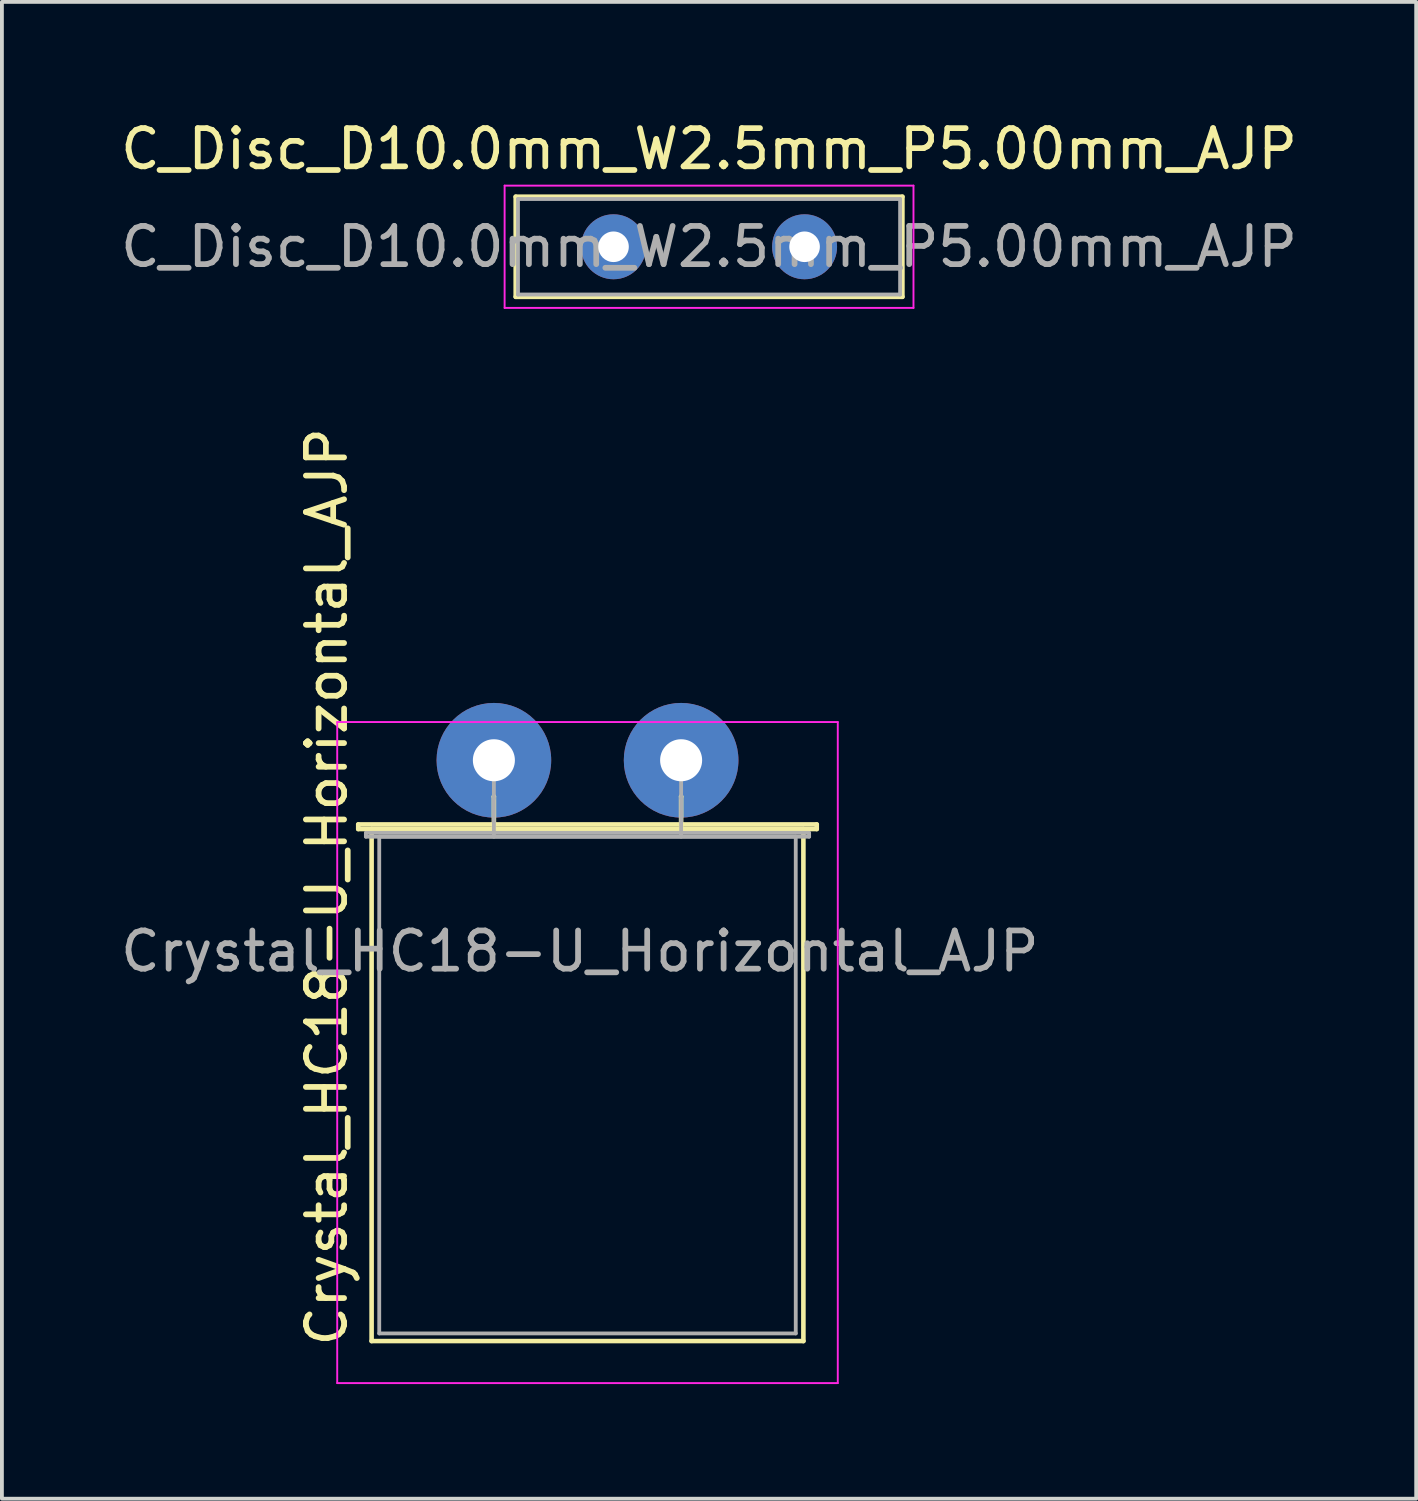
<source format=kicad_pcb>
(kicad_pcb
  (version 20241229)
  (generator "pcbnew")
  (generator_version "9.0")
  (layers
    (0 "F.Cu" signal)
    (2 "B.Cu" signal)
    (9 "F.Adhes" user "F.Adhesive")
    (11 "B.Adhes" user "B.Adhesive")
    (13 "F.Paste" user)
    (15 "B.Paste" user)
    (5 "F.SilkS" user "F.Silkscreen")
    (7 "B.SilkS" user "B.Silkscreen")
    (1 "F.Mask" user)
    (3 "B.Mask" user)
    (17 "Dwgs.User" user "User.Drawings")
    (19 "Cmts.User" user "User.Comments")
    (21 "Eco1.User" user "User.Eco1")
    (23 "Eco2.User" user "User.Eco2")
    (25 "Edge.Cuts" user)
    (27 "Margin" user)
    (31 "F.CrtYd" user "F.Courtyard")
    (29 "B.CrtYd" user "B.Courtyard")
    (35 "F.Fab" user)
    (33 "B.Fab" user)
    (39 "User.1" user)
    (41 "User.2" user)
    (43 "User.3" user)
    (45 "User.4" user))
  (footprint "Crystal_HC18-U_Horizontal_AJP"
    (layer "F.Cu")
    (at 9.875 16.846)
    (property "Reference" "Crystal_HC18-U_Horizontal_AJP" (at -4.375 3.312 90) (layer "F.SilkS") (effects (font (size 1 1) (thickness 0.15))))
    (attr through_hole)
    (fp_line (start -3.55 1.68) (end 8.45 1.68) (stroke (width 0.12) (type solid)) (layer "F.SilkS"))
    (fp_line (start -3.55 1.8) (end -3.55 1.68) (stroke (width 0.12) (type solid)) (layer "F.SilkS"))
    (fp_line (start -3.2 1.8) (end -3.2 15.2) (stroke (width 0.12) (type solid)) (layer "F.SilkS"))
    (fp_line (start -3.2 15.2) (end 8.1 15.2) (stroke (width 0.12) (type solid)) (layer "F.SilkS"))
    (fp_line (start 0 0.95) (end 0 0.95) (stroke (width 0.12) (type solid)) (layer "F.SilkS"))
    (fp_line (start 0 1.8) (end 0 0.95) (stroke (width 0.12) (type solid)) (layer "F.SilkS"))
    (fp_line (start 4.9 0.95) (end 4.9 0.95) (stroke (width 0.12) (type solid)) (layer "F.SilkS"))
    (fp_line (start 4.9 1.8) (end 4.9 0.95) (stroke (width 0.12) (type solid)) (layer "F.SilkS"))
    (fp_line (start 8.1 1.8) (end -3.2 1.8) (stroke (width 0.12) (type solid)) (layer "F.SilkS"))
    (fp_line (start 8.1 15.2) (end 8.1 1.8) (stroke (width 0.12) (type solid)) (layer "F.SilkS"))
    (fp_line (start 8.45 1.68) (end 8.45 1.8) (stroke (width 0.12) (type solid)) (layer "F.SilkS"))
    (fp_line (start 8.45 1.8) (end -3.55 1.8) (stroke (width 0.12) (type solid)) (layer "F.SilkS"))
    (fp_line (start -4.1 -1) (end -4.1 16.3) (stroke (width 0.05) (type solid)) (layer "F.CrtYd"))
    (fp_line (start -4.1 16.3) (end 9 16.3) (stroke (width 0.05) (type solid)) (layer "F.CrtYd"))
    (fp_line (start 9 -1) (end -4.1 -1) (stroke (width 0.05) (type solid)) (layer "F.CrtYd"))
    (fp_line (start 9 16.3) (end 9 -1) (stroke (width 0.05) (type solid)) (layer "F.CrtYd"))
    (fp_line (start -3.35 1.9) (end 8.25 1.9) (stroke (width 0.1) (type solid)) (layer "F.Fab"))
    (fp_line (start -3.35 2) (end -3.35 1.9) (stroke (width 0.1) (type solid)) (layer "F.Fab"))
    (fp_line (start -3 2) (end -3 15) (stroke (width 0.1) (type solid)) (layer "F.Fab"))
    (fp_line (start -3 15) (end 7.9 15) (stroke (width 0.1) (type solid)) (layer "F.Fab"))
    (fp_line (start 0 1) (end 0 0) (stroke (width 0.1) (type solid)) (layer "F.Fab"))
    (fp_line (start 0 2) (end 0 1) (stroke (width 0.1) (type solid)) (layer "F.Fab"))
    (fp_line (start 4.9 1) (end 4.9 0) (stroke (width 0.1) (type solid)) (layer "F.Fab"))
    (fp_line (start 4.9 2) (end 4.9 1) (stroke (width 0.1) (type solid)) (layer "F.Fab"))
    (fp_line (start 7.9 2) (end -3 2) (stroke (width 0.1) (type solid)) (layer "F.Fab"))
    (fp_line (start 7.9 15) (end 7.9 2) (stroke (width 0.1) (type solid)) (layer "F.Fab"))
    (fp_line (start 8.25 1.9) (end 8.25 2) (stroke (width 0.1) (type solid)) (layer "F.Fab"))
    (fp_line (start 8.25 2) (end -3.35 2) (stroke (width 0.1) (type solid)) (layer "F.Fab"))
    (fp_text user "${REFERENCE}" (at 2.25 5 0) (layer "F.Fab") (effects (font (size 1 1) (thickness 0.15))))
    (pad "1" thru_hole circle (at 0 0) (size 3 3) (drill 1.1) (layers "*.Cu" "*.Mask"))
    (pad "2" thru_hole circle (at 4.9 0) (size 3 3) (drill 1.1) (layers "*.Cu" "*.Mask")))
  (footprint "C_Disc_D10.0mm_W2.5mm_P5.00mm_AJP"
    (layer "F.Cu")
    (at 13.006 3.408)
    (property "Reference" "C_Disc_D10.0mm_W2.5mm_P5.00mm_AJP" (at 2.5 -2.56 0) (layer "F.SilkS") (effects (font (size 1 1) (thickness 0.15))))
    (attr through_hole)
    (fp_line (start -2.56 -1.31) (end -2.56 1.31) (stroke (width 0.12) (type solid)) (layer "F.SilkS"))
    (fp_line (start -2.56 -1.31) (end 7.56 -1.31) (stroke (width 0.12) (type solid)) (layer "F.SilkS"))
    (fp_line (start -2.56 1.31) (end 7.56 1.31) (stroke (width 0.12) (type solid)) (layer "F.SilkS"))
    (fp_line (start 7.56 -1.31) (end 7.56 1.31) (stroke (width 0.12) (type solid)) (layer "F.SilkS"))
    (fp_line (start -2.85 -1.6) (end -2.85 1.6) (stroke (width 0.05) (type solid)) (layer "F.CrtYd"))
    (fp_line (start -2.85 1.6) (end 7.85 1.6) (stroke (width 0.05) (type solid)) (layer "F.CrtYd"))
    (fp_line (start 7.85 -1.6) (end -2.85 -1.6) (stroke (width 0.05) (type solid)) (layer "F.CrtYd"))
    (fp_line (start 7.85 1.6) (end 7.85 -1.6) (stroke (width 0.05) (type solid)) (layer "F.CrtYd"))
    (fp_line (start -2.5 -1.25) (end -2.5 1.25) (stroke (width 0.1) (type solid)) (layer "F.Fab"))
    (fp_line (start -2.5 1.25) (end 7.5 1.25) (stroke (width 0.1) (type solid)) (layer "F.Fab"))
    (fp_line (start 7.5 -1.25) (end -2.5 -1.25) (stroke (width 0.1) (type solid)) (layer "F.Fab"))
    (fp_line (start 7.5 1.25) (end 7.5 -1.25) (stroke (width 0.1) (type solid)) (layer "F.Fab"))
    (fp_text user "${REFERENCE}" (at 2.5 0 0) (layer "F.Fab") (effects (font (size 1 1) (thickness 0.15))))
    (pad "1" thru_hole circle (at 0 0) (size 1.7 1.7) (drill 0.8) (layers "*.Cu" "*.Mask"))
    (pad "2" thru_hole circle (at 5 0) (size 1.7 1.7) (drill 0.8) (layers "*.Cu" "*.Mask")))
  (gr_rect
    (start -3 -3)
    (end 34.012 36.171)
    (stroke (width 0.1) (type default))
    (fill no)
    (layer "Edge.Cuts")))
</source>
